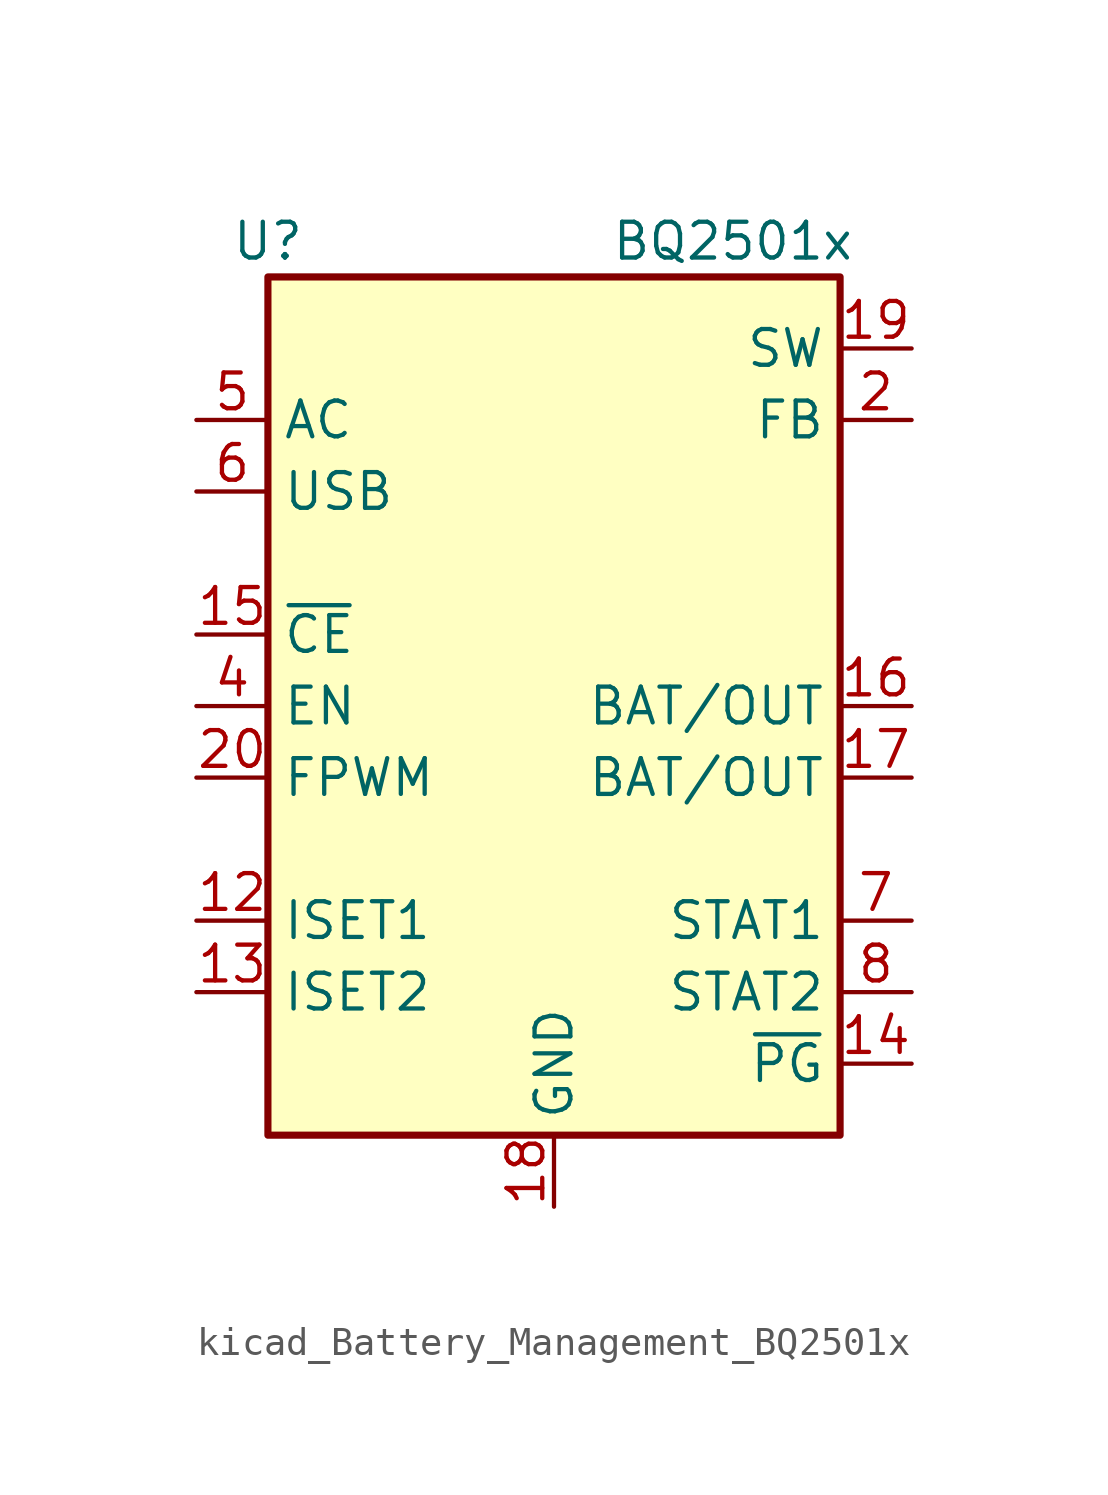
<source format=kicad_sym>
(kicad_symbol_lib
  (version 20220914)
  (generator kicad_symbol_editor)
  (symbol "kicad_Battery_Management_BQ2501x"
    (property "Reference" "U"
      (at -10.16 16.51 0)
      (effects (font (size 1.27 1.27))))
    (property "Value" "BQ2501x"
      (at 6.35 16.51 0)
      (effects (font (size 1.27 1.27))))
    (symbol "kicad_Battery_Management_BQ2501x_1_1"
      (rectangle (start -10.16 15.24) (end 10.16 -15.24) (stroke (width 0.254) (type default)) (fill (type background)))
      (pin no_connect line (at 10.16 7.62 180) (length 2.54) hide (name "NC" (effects (font (size 1.27 1.27)))) (number "1" (effects (font (size 1.27 1.27)))))
      (pin no_connect line (at 10.16 5.08 180) (length 2.54) hide (name "NC" (effects (font (size 1.27 1.27)))) (number "10" (effects (font (size 1.27 1.27)))))
      (pin no_connect line (at 10.16 2.54 180) (length 2.54) hide (name "NC" (effects (font (size 1.27 1.27)))) (number "11" (effects (font (size 1.27 1.27)))))
      (pin input line (at -12.7 -7.62 0) (length 2.54) (name "ISET1" (effects (font (size 1.27 1.27)))) (number "12" (effects (font (size 1.27 1.27)))))
      (pin input line (at -12.7 -10.16 0) (length 2.54) (name "ISET2" (effects (font (size 1.27 1.27)))) (number "13" (effects (font (size 1.27 1.27)))))
      (pin output line (at 12.7 -12.7 180) (length 2.54) (name "~{PG}" (effects (font (size 1.27 1.27)))) (number "14" (effects (font (size 1.27 1.27)))))
      (pin input line (at -12.7 2.54 0) (length 2.54) (name "~{CE}" (effects (font (size 1.27 1.27)))) (number "15" (effects (font (size 1.27 1.27)))))
      (pin power_out line (at 12.7 0 180) (length 2.54) (name "BAT/OUT" (effects (font (size 1.27 1.27)))) (number "16" (effects (font (size 1.27 1.27)))))
      (pin power_in line (at 12.7 -2.54 180) (length 2.54) (name "BAT/OUT" (effects (font (size 1.27 1.27)))) (number "17" (effects (font (size 1.27 1.27)))))
      (pin power_in line (at 0 -17.78 90) (length 2.54) (name "GND" (effects (font (size 1.27 1.27)))) (number "18" (effects (font (size 1.27 1.27)))))
      (pin power_out line (at 12.7 12.7 180) (length 2.54) (name "SW" (effects (font (size 1.27 1.27)))) (number "19" (effects (font (size 1.27 1.27)))))
      (pin input line (at 12.7 10.16 180) (length 2.54) (name "FB" (effects (font (size 1.27 1.27)))) (number "2" (effects (font (size 1.27 1.27)))))
      (pin input line (at -12.7 -2.54 0) (length 2.54) (name "FPWM" (effects (font (size 1.27 1.27)))) (number "20" (effects (font (size 1.27 1.27)))))
      (pin passive line (at 0 -17.78 90) (length 2.54) hide (name "GND" (effects (font (size 1.27 1.27)))) (number "21" (effects (font (size 1.27 1.27)))))
      (pin passive line (at 0 -17.78 90) (length 2.54) hide (name "GND" (effects (font (size 1.27 1.27)))) (number "3" (effects (font (size 1.27 1.27)))))
      (pin input line (at -12.7 0 0) (length 2.54) (name "EN" (effects (font (size 1.27 1.27)))) (number "4" (effects (font (size 1.27 1.27)))))
      (pin power_in line (at -12.7 10.16 0) (length 2.54) (name "AC" (effects (font (size 1.27 1.27)))) (number "5" (effects (font (size 1.27 1.27)))))
      (pin power_in line (at -12.7 7.62 0) (length 2.54) (name "USB" (effects (font (size 1.27 1.27)))) (number "6" (effects (font (size 1.27 1.27)))))
      (pin open_collector line (at 12.7 -7.62 180) (length 2.54) (name "STAT1" (effects (font (size 1.27 1.27)))) (number "7" (effects (font (size 1.27 1.27)))))
      (pin open_collector line (at 12.7 -10.16 180) (length 2.54) (name "STAT2" (effects (font (size 1.27 1.27)))) (number "8" (effects (font (size 1.27 1.27)))))
      (pin passive line (at 0 -17.78 90) (length 2.54) hide (name "GND" (effects (font (size 1.27 1.27)))) (number "9" (effects (font (size 1.27 1.27))))))))
</source>
